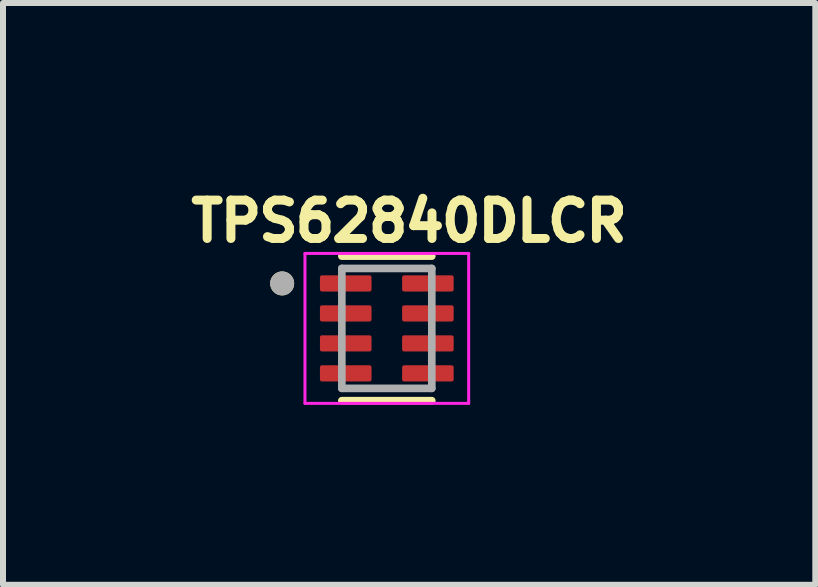
<source format=kicad_pcb>
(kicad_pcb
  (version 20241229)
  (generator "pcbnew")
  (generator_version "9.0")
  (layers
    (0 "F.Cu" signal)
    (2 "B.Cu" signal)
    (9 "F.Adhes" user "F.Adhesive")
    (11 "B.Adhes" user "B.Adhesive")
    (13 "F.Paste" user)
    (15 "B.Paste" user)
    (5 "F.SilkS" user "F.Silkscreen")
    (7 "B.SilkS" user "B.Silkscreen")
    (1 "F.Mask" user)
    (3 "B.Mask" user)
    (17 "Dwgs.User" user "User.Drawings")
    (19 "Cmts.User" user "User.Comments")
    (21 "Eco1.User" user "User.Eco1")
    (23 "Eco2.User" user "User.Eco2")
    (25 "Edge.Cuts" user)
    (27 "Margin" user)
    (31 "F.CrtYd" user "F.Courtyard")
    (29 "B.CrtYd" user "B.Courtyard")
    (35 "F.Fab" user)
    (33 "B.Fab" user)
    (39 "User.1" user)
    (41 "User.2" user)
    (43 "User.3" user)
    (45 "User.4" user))
  (footprint "TPS62840DLCR"
    (layer "F.Cu")
    (at 3.4 2.426)
    (property "Reference" "TPS62840DLCR" (at 0.372 -1.788 0) (layer "F.SilkS") (effects (font (size 0.64 0.64) (thickness 0.15))))
    (attr smd)
    (fp_line (start -0.75 -1.205) (end 0.75 -1.205) (stroke (width 0.127) (type solid)) (layer "F.SilkS"))
    (fp_line (start -0.75 1.205) (end 0.75 1.205) (stroke (width 0.127) (type solid)) (layer "F.SilkS"))
    (fp_circle (center -1.745 -0.75) (end -1.645 -0.75) (stroke (width 0.2) (type solid)) (fill no) (layer "F.SilkS"))
    (fp_line (start -1.365 -1.25) (end -1.365 1.25) (stroke (width 0.05) (type solid)) (layer "F.CrtYd"))
    (fp_line (start -1.365 -1.25) (end 1.365 -1.25) (stroke (width 0.05) (type solid)) (layer "F.CrtYd"))
    (fp_line (start -1.365 1.25) (end 1.365 1.25) (stroke (width 0.05) (type solid)) (layer "F.CrtYd"))
    (fp_line (start 1.365 -1.25) (end 1.365 1.25) (stroke (width 0.05) (type solid)) (layer "F.CrtYd"))
    (fp_line (start -0.75 -1) (end -0.75 1) (stroke (width 0.127) (type solid)) (layer "F.Fab"))
    (fp_line (start -0.75 -1) (end 0.75 -1) (stroke (width 0.127) (type solid)) (layer "F.Fab"))
    (fp_line (start -0.75 1) (end 0.75 1) (stroke (width 0.127) (type solid)) (layer "F.Fab"))
    (fp_line (start 0.75 -1) (end 0.75 1) (stroke (width 0.127) (type solid)) (layer "F.Fab"))
    (fp_circle (center -1.745 -0.75) (end -1.645 -0.75) (stroke (width 0.2) (type solid)) (fill no) (layer "F.Fab"))
    (pad "1" smd roundrect (at -0.685 -0.75) (size 0.86 0.27) (layers "F.Cu" "F.Mask" "F.Paste") (roundrect_rratio 0.125))
    (pad "2" smd roundrect (at -0.685 -0.25) (size 0.86 0.27) (layers "F.Cu" "F.Mask" "F.Paste") (roundrect_rratio 0.125))
    (pad "3" smd roundrect (at -0.685 0.25) (size 0.86 0.27) (layers "F.Cu" "F.Mask" "F.Paste") (roundrect_rratio 0.125))
    (pad "4" smd roundrect (at -0.685 0.75) (size 0.86 0.27) (layers "F.Cu" "F.Mask" "F.Paste") (roundrect_rratio 0.125))
    (pad "5" smd roundrect (at 0.685 0.75) (size 0.86 0.27) (layers "F.Cu" "F.Mask" "F.Paste") (roundrect_rratio 0.125))
    (pad "6" smd roundrect (at 0.685 0.25) (size 0.86 0.27) (layers "F.Cu" "F.Mask" "F.Paste") (roundrect_rratio 0.125))
    (pad "7" smd roundrect (at 0.685 -0.25) (size 0.86 0.27) (layers "F.Cu" "F.Mask" "F.Paste") (roundrect_rratio 0.125))
    (pad "8" smd roundrect (at 0.685 -0.75) (size 0.86 0.27) (layers "F.Cu" "F.Mask" "F.Paste") (roundrect_rratio 0.125)))
  (gr_rect
    (start -3 -3)
    (end 10.545 6.701)
    (stroke (width 0.1) (type default))
    (fill no)
    (layer "Edge.Cuts")))
</source>
